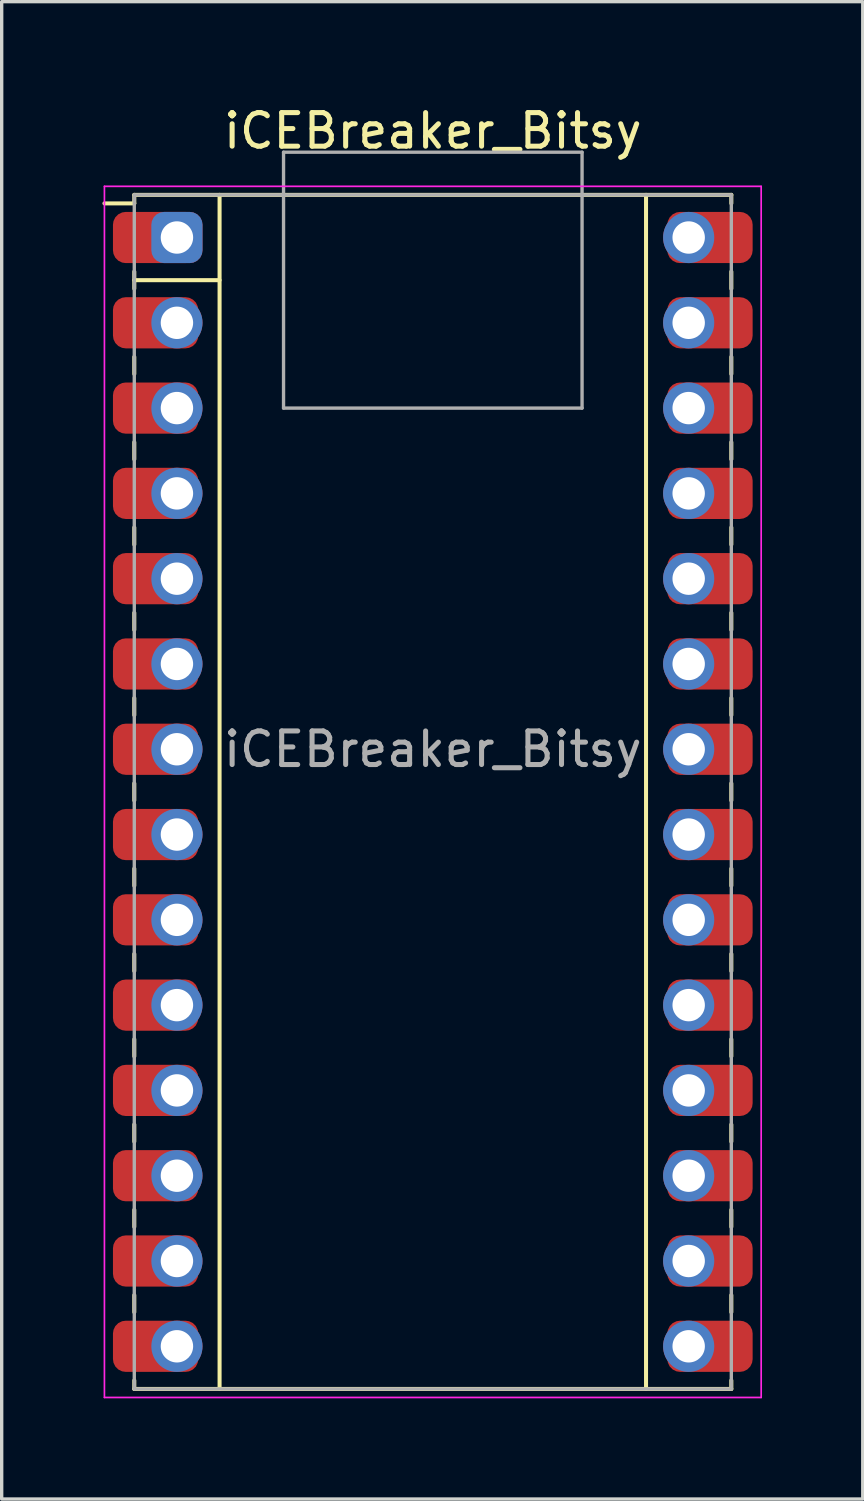
<source format=kicad_pcb>
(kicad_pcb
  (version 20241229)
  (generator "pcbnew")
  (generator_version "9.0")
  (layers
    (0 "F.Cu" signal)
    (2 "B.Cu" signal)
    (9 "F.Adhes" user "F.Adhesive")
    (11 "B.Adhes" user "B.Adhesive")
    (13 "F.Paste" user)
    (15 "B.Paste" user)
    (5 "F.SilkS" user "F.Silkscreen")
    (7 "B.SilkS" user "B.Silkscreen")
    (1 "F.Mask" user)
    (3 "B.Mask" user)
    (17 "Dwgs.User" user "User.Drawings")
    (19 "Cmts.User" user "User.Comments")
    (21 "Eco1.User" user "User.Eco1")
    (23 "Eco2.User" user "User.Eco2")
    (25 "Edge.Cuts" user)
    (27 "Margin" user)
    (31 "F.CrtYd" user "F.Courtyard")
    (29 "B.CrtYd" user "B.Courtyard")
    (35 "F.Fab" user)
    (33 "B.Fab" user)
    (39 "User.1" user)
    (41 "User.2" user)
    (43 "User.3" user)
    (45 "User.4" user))
  (footprint "iCEBreaker_Bitsy"
    (layer "F.Cu")
    (at 9.839 20.533)
    (property "Reference" "iCEBreaker_Bitsy" (at 0 -19.685 0) (layer "F.SilkS") (effects (font (size 1 1) (thickness 0.15))))
    (attr through_hole)
    (fp_line (start -8.89 -17.78) (end -8.89 -17.526) (stroke (width 0.12) (type solid)) (layer "F.SilkS"))
    (fp_line (start -8.89 -17.78) (end 8.89 -17.78) (stroke (width 0.12) (type solid)) (layer "F.SilkS"))
    (fp_line (start -8.89 -17.526) (end -9.779 -17.526) (stroke (width 0.12) (type solid)) (layer "F.SilkS"))
    (fp_line (start -8.89 -15.494) (end -8.89 -14.986) (stroke (width 0.12) (type solid)) (layer "F.SilkS"))
    (fp_line (start -8.89 -15.24) (end -6.35 -15.24) (stroke (width 0.12) (type solid)) (layer "F.SilkS"))
    (fp_line (start -8.89 -12.954) (end -8.89 -12.446) (stroke (width 0.12) (type solid)) (layer "F.SilkS"))
    (fp_line (start -8.89 -10.414) (end -8.89 -9.906) (stroke (width 0.12) (type solid)) (layer "F.SilkS"))
    (fp_line (start -8.89 -7.874) (end -8.89 -7.366) (stroke (width 0.12) (type solid)) (layer "F.SilkS"))
    (fp_line (start -8.89 -5.334) (end -8.89 -4.826) (stroke (width 0.12) (type solid)) (layer "F.SilkS"))
    (fp_line (start -8.89 -2.794) (end -8.89 -2.286) (stroke (width 0.12) (type solid)) (layer "F.SilkS"))
    (fp_line (start -8.89 -0.254) (end -8.89 0.254) (stroke (width 0.12) (type solid)) (layer "F.SilkS"))
    (fp_line (start -8.89 2.286) (end -8.89 2.794) (stroke (width 0.12) (type solid)) (layer "F.SilkS"))
    (fp_line (start -8.89 4.826) (end -8.89 5.334) (stroke (width 0.12) (type solid)) (layer "F.SilkS"))
    (fp_line (start -8.89 7.366) (end -8.89 7.874) (stroke (width 0.12) (type solid)) (layer "F.SilkS"))
    (fp_line (start -8.89 9.906) (end -8.89 10.414) (stroke (width 0.12) (type solid)) (layer "F.SilkS"))
    (fp_line (start -8.89 12.446) (end -8.89 12.954) (stroke (width 0.12) (type solid)) (layer "F.SilkS"))
    (fp_line (start -8.89 14.986) (end -8.89 15.494) (stroke (width 0.12) (type solid)) (layer "F.SilkS"))
    (fp_line (start -8.89 17.78) (end -8.89 17.526) (stroke (width 0.12) (type solid)) (layer "F.SilkS"))
    (fp_line (start -6.35 -17.78) (end -6.35 17.78) (stroke (width 0.12) (type solid)) (layer "F.SilkS"))
    (fp_line (start 6.35 17.78) (end 6.35 -17.78) (stroke (width 0.12) (type solid)) (layer "F.SilkS"))
    (fp_line (start 8.89 -17.78) (end 8.89 -17.526) (stroke (width 0.12) (type solid)) (layer "F.SilkS"))
    (fp_line (start 8.89 -15.494) (end 8.89 -14.986) (stroke (width 0.12) (type solid)) (layer "F.SilkS"))
    (fp_line (start 8.89 -12.954) (end 8.89 -12.446) (stroke (width 0.12) (type solid)) (layer "F.SilkS"))
    (fp_line (start 8.89 -10.414) (end 8.89 -9.906) (stroke (width 0.12) (type solid)) (layer "F.SilkS"))
    (fp_line (start 8.89 -7.874) (end 8.89 -7.366) (stroke (width 0.12) (type solid)) (layer "F.SilkS"))
    (fp_line (start 8.89 -5.334) (end 8.89 -4.826) (stroke (width 0.12) (type solid)) (layer "F.SilkS"))
    (fp_line (start 8.89 -2.794) (end 8.89 -2.286) (stroke (width 0.12) (type solid)) (layer "F.SilkS"))
    (fp_line (start 8.89 -0.254) (end 8.89 0.254) (stroke (width 0.12) (type solid)) (layer "F.SilkS"))
    (fp_line (start 8.89 2.286) (end 8.89 2.794) (stroke (width 0.12) (type solid)) (layer "F.SilkS"))
    (fp_line (start 8.89 4.826) (end 8.89 5.334) (stroke (width 0.12) (type solid)) (layer "F.SilkS"))
    (fp_line (start 8.89 7.366) (end 8.89 7.874) (stroke (width 0.12) (type solid)) (layer "F.SilkS"))
    (fp_line (start 8.89 9.906) (end 8.89 10.414) (stroke (width 0.12) (type solid)) (layer "F.SilkS"))
    (fp_line (start 8.89 12.446) (end 8.89 12.954) (stroke (width 0.12) (type solid)) (layer "F.SilkS"))
    (fp_line (start 8.89 14.986) (end 8.89 15.494) (stroke (width 0.12) (type solid)) (layer "F.SilkS"))
    (fp_line (start 8.89 17.78) (end -8.89 17.78) (stroke (width 0.12) (type solid)) (layer "F.SilkS"))
    (fp_line (start 8.89 17.78) (end 8.89 17.526) (stroke (width 0.12) (type solid)) (layer "F.SilkS"))
    (fp_line (start -9.779 -18.034) (end 9.779 -18.034) (stroke (width 0.05) (type solid)) (layer "F.CrtYd"))
    (fp_line (start -9.779 18.034) (end -9.779 -18.034) (stroke (width 0.05) (type solid)) (layer "F.CrtYd"))
    (fp_line (start 9.779 -18.034) (end 9.779 18.034) (stroke (width 0.05) (type solid)) (layer "F.CrtYd"))
    (fp_line (start 9.779 18.034) (end -9.779 18.034) (stroke (width 0.05) (type solid)) (layer "F.CrtYd"))
    (fp_line (start -8.89 -17.78) (end 8.89 -17.78) (stroke (width 0.1) (type solid)) (layer "F.Fab"))
    (fp_line (start -8.89 17.78) (end -8.89 -17.78) (stroke (width 0.1) (type solid)) (layer "F.Fab"))
    (fp_line (start -4.445 -19.05) (end -4.445 -11.43) (stroke (width 0.1) (type solid)) (layer "F.Fab"))
    (fp_line (start -4.445 -19.05) (end 4.445 -19.05) (stroke (width 0.1) (type solid)) (layer "F.Fab"))
    (fp_line (start -4.445 -11.43) (end 4.445 -11.43) (stroke (width 0.1) (type solid)) (layer "F.Fab"))
    (fp_line (start 4.445 -19.05) (end 4.445 -11.43) (stroke (width 0.1) (type solid)) (layer "F.Fab"))
    (fp_line (start 8.89 -17.78) (end 8.89 17.78) (stroke (width 0.1) (type solid)) (layer "F.Fab"))
    (fp_line (start 8.89 17.78) (end -8.89 17.78) (stroke (width 0.1) (type solid)) (layer "F.Fab"))
    (fp_text user "${REFERENCE}" (at 0 -1.27 0) (layer "F.Fab") (effects (font (size 1 1) (thickness 0.15))))
    (pad "1" smd roundrect (at -8.255 -16.51) (size 2.54 1.524) (layers "F.Cu" "F.Mask" "F.Paste") (roundrect_rratio 0.25))
    (pad "1" thru_hole roundrect (at -7.62 -16.51 270) (size 1.524 1.524) (drill 0.965) (layers "*.Cu" "*.Mask") (roundrect_rratio 0.25))
    (pad "2" smd roundrect (at -8.255 -13.97) (size 2.54 1.524) (layers "F.Cu" "F.Mask" "F.Paste") (roundrect_rratio 0.25))
    (pad "2" thru_hole circle (at -7.62 -13.97 270) (size 1.524 1.524) (drill 0.965) (layers "*.Cu" "*.Mask"))
    (pad "3" smd roundrect (at -8.255 -11.43) (size 2.54 1.524) (layers "F.Cu" "F.Mask" "F.Paste") (roundrect_rratio 0.25))
    (pad "3" thru_hole circle (at -7.62 -11.43 270) (size 1.524 1.524) (drill 0.965) (layers "*.Cu" "*.Mask"))
    (pad "4" smd roundrect (at -8.255 -8.89) (size 2.54 1.524) (layers "F.Cu" "F.Mask" "F.Paste") (roundrect_rratio 0.25))
    (pad "4" thru_hole circle (at -7.62 -8.89 270) (size 1.524 1.524) (drill 0.965) (layers "*.Cu" "*.Mask"))
    (pad "5" smd roundrect (at -8.255 -6.35) (size 2.54 1.524) (layers "F.Cu" "F.Mask" "F.Paste") (roundrect_rratio 0.25))
    (pad "5" thru_hole circle (at -7.62 -6.35 270) (size 1.524 1.524) (drill 0.965) (layers "*.Cu" "*.Mask"))
    (pad "6" smd roundrect (at -8.255 -3.81) (size 2.54 1.524) (layers "F.Cu" "F.Mask" "F.Paste") (roundrect_rratio 0.25))
    (pad "6" thru_hole circle (at -7.62 -3.81 270) (size 1.524 1.524) (drill 0.965) (layers "*.Cu" "*.Mask"))
    (pad "7" smd roundrect (at -8.255 -1.27) (size 2.54 1.524) (layers "F.Cu" "F.Mask" "F.Paste") (roundrect_rratio 0.25))
    (pad "7" thru_hole circle (at -7.62 -1.27 270) (size 1.524 1.524) (drill 0.965) (layers "*.Cu" "*.Mask"))
    (pad "8" smd roundrect (at -8.255 1.27) (size 2.54 1.524) (layers "F.Cu" "F.Mask" "F.Paste") (roundrect_rratio 0.25))
    (pad "8" thru_hole circle (at -7.62 1.27 270) (size 1.524 1.524) (drill 0.965) (layers "*.Cu" "*.Mask"))
    (pad "9" smd roundrect (at -8.255 3.81) (size 2.54 1.524) (layers "F.Cu" "F.Mask" "F.Paste") (roundrect_rratio 0.25))
    (pad "9" thru_hole circle (at -7.62 3.81 270) (size 1.524 1.524) (drill 0.965) (layers "*.Cu" "*.Mask"))
    (pad "10" smd roundrect (at -8.255 6.35) (size 2.54 1.524) (layers "F.Cu" "F.Mask" "F.Paste") (roundrect_rratio 0.25))
    (pad "10" thru_hole circle (at -7.62 6.35 270) (size 1.524 1.524) (drill 0.965) (layers "*.Cu" "*.Mask"))
    (pad "11" smd roundrect (at -8.255 8.89) (size 2.54 1.524) (layers "F.Cu" "F.Mask" "F.Paste") (roundrect_rratio 0.25))
    (pad "11" thru_hole circle (at -7.62 8.89 270) (size 1.524 1.524) (drill 0.965) (layers "*.Cu" "*.Mask"))
    (pad "12" smd roundrect (at -8.255 11.43) (size 2.54 1.524) (layers "F.Cu" "F.Mask" "F.Paste") (roundrect_rratio 0.25))
    (pad "12" thru_hole circle (at -7.62 11.43 270) (size 1.524 1.524) (drill 0.965) (layers "*.Cu" "*.Mask"))
    (pad "13" smd roundrect (at -8.255 13.97) (size 2.54 1.524) (layers "F.Cu" "F.Mask" "F.Paste") (roundrect_rratio 0.25))
    (pad "13" thru_hole circle (at -7.62 13.97 270) (size 1.524 1.524) (drill 0.965) (layers "*.Cu" "*.Mask"))
    (pad "14" smd roundrect (at -8.255 16.51) (size 2.54 1.524) (layers "F.Cu" "F.Mask" "F.Paste") (roundrect_rratio 0.25))
    (pad "14" thru_hole circle (at -7.62 16.51 270) (size 1.524 1.524) (drill 0.965) (layers "*.Cu" "*.Mask"))
    (pad "15" thru_hole circle (at 7.62 16.51 270) (size 1.524 1.524) (drill 0.965) (layers "*.Cu" "*.Mask"))
    (pad "15" smd roundrect (at 8.255 16.51) (size 2.54 1.524) (layers "F.Cu" "F.Mask" "F.Paste") (roundrect_rratio 0.25))
    (pad "16" thru_hole circle (at 7.62 13.97 270) (size 1.524 1.524) (drill 0.965) (layers "*.Cu" "*.Mask"))
    (pad "16" smd roundrect (at 8.255 13.97) (size 2.54 1.524) (layers "F.Cu" "F.Mask" "F.Paste") (roundrect_rratio 0.25))
    (pad "17" thru_hole circle (at 7.62 11.43 270) (size 1.524 1.524) (drill 0.965) (layers "*.Cu" "*.Mask"))
    (pad "17" smd roundrect (at 8.255 11.43) (size 2.54 1.524) (layers "F.Cu" "F.Mask" "F.Paste") (roundrect_rratio 0.25))
    (pad "18" thru_hole circle (at 7.62 8.89 270) (size 1.524 1.524) (drill 0.965) (layers "*.Cu" "*.Mask"))
    (pad "18" smd roundrect (at 8.255 8.89) (size 2.54 1.524) (layers "F.Cu" "F.Mask" "F.Paste") (roundrect_rratio 0.25))
    (pad "19" thru_hole circle (at 7.62 6.35 270) (size 1.524 1.524) (drill 0.965) (layers "*.Cu" "*.Mask"))
    (pad "19" smd roundrect (at 8.255 6.35) (size 2.54 1.524) (layers "F.Cu" "F.Mask" "F.Paste") (roundrect_rratio 0.25))
    (pad "20" thru_hole circle (at 7.62 3.81 270) (size 1.524 1.524) (drill 0.965) (layers "*.Cu" "*.Mask"))
    (pad "20" smd roundrect (at 8.255 3.81) (size 2.54 1.524) (layers "F.Cu" "F.Mask" "F.Paste") (roundrect_rratio 0.25))
    (pad "21" thru_hole circle (at 7.62 1.27 270) (size 1.524 1.524) (drill 0.965) (layers "*.Cu" "*.Mask"))
    (pad "21" smd roundrect (at 8.255 1.27) (size 2.54 1.524) (layers "F.Cu" "F.Mask" "F.Paste") (roundrect_rratio 0.25))
    (pad "22" thru_hole circle (at 7.62 -1.27 270) (size 1.524 1.524) (drill 0.965) (layers "*.Cu" "*.Mask"))
    (pad "22" smd roundrect (at 8.255 -1.27) (size 2.54 1.524) (layers "F.Cu" "F.Mask" "F.Paste") (roundrect_rratio 0.25))
    (pad "23" thru_hole circle (at 7.62 -3.81 270) (size 1.524 1.524) (drill 0.965) (layers "*.Cu" "*.Mask"))
    (pad "23" smd roundrect (at 8.255 -3.81) (size 2.54 1.524) (layers "F.Cu" "F.Mask" "F.Paste") (roundrect_rratio 0.25))
    (pad "24" thru_hole circle (at 7.62 -6.35 270) (size 1.524 1.524) (drill 0.965) (layers "*.Cu" "*.Mask"))
    (pad "24" smd roundrect (at 8.255 -6.35) (size 2.54 1.524) (layers "F.Cu" "F.Mask" "F.Paste") (roundrect_rratio 0.25))
    (pad "25" thru_hole circle (at 7.62 -8.89 270) (size 1.524 1.524) (drill 0.965) (layers "*.Cu" "*.Mask"))
    (pad "25" smd roundrect (at 8.255 -8.89) (size 2.54 1.524) (layers "F.Cu" "F.Mask" "F.Paste") (roundrect_rratio 0.25))
    (pad "26" thru_hole circle (at 7.62 -11.43 270) (size 1.524 1.524) (drill 0.965) (layers "*.Cu" "*.Mask"))
    (pad "26" smd roundrect (at 8.255 -11.43) (size 2.54 1.524) (layers "F.Cu" "F.Mask" "F.Paste") (roundrect_rratio 0.25))
    (pad "27" thru_hole circle (at 7.62 -13.97 270) (size 1.524 1.524) (drill 0.965) (layers "*.Cu" "*.Mask"))
    (pad "27" smd roundrect (at 8.255 -13.97) (size 2.54 1.524) (layers "F.Cu" "F.Mask" "F.Paste") (roundrect_rratio 0.25))
    (pad "28" thru_hole circle (at 7.62 -16.51 270) (size 1.524 1.524) (drill 0.965) (layers "*.Cu" "*.Mask"))
    (pad "28" smd roundrect (at 8.255 -16.51) (size 2.54 1.524) (layers "F.Cu" "F.Mask" "F.Paste") (roundrect_rratio 0.25)))
  (gr_rect
    (start -3 -3)
    (end 22.643 41.592)
    (stroke (width 0.1) (type default))
    (fill no)
    (layer "Edge.Cuts")))
</source>
